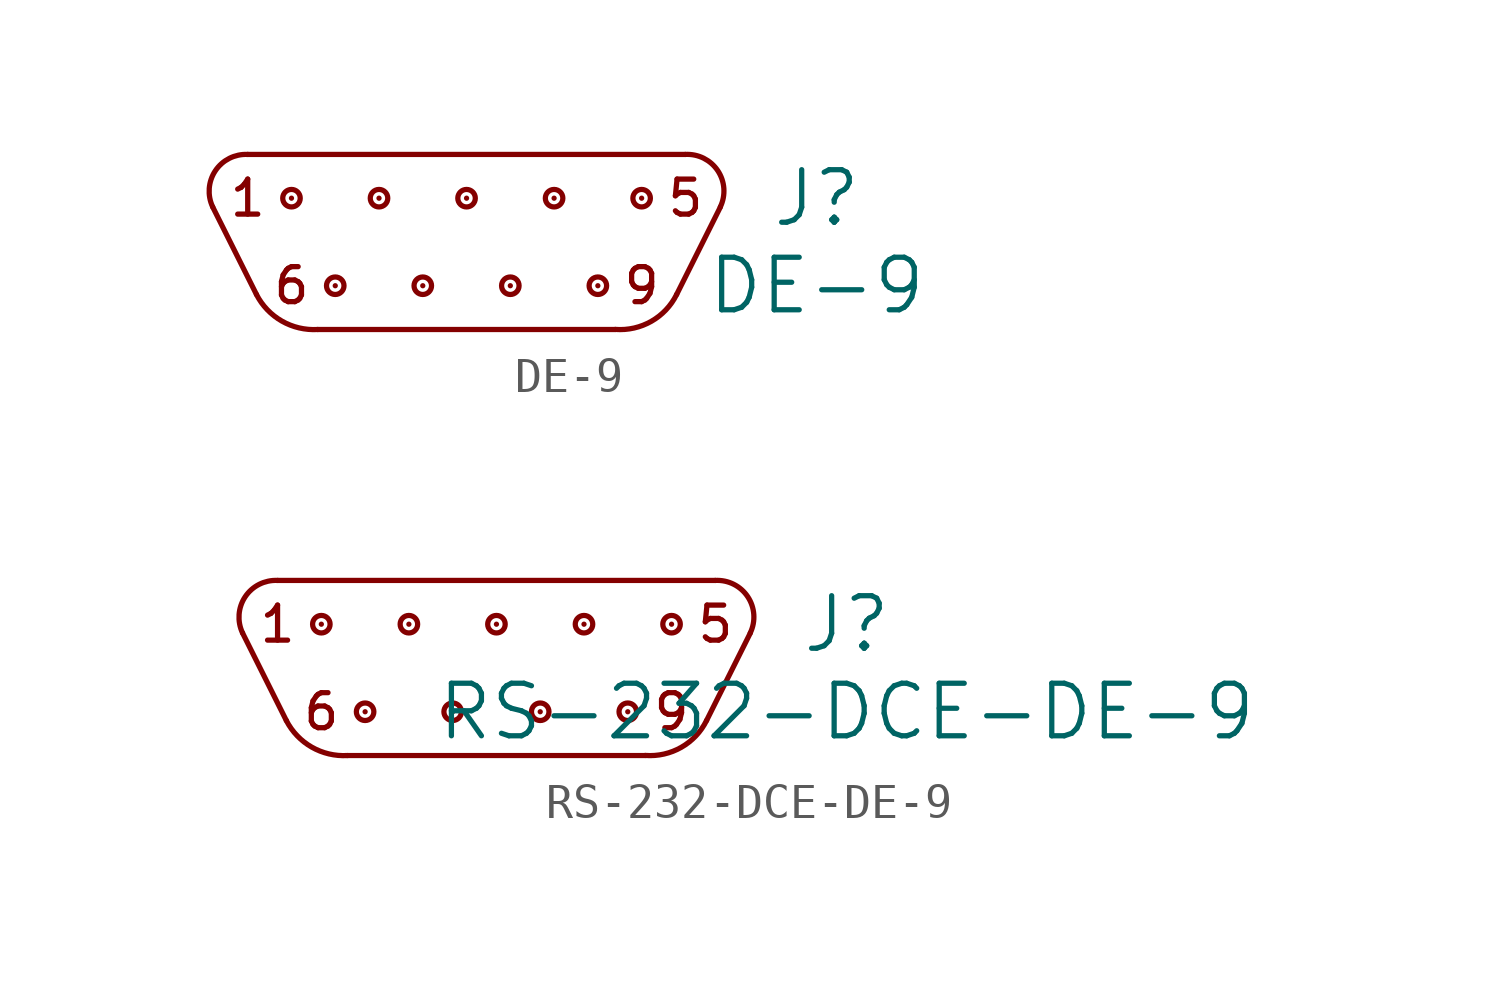
<source format=kicad_sym>
(kicad_symbol_lib
  (version 20211014)
  (generator kicad_symbol_editor)
  (symbol "DE-9"
    (pin_numbers hide)
    (pin_names
      (offset 1.016) hide)
    (property "Reference" "J"
      (at 10.16 1.27 0)
      (effects (font (size 1.524 1.524))))
    (property "Value" "DE-9"
      (at 10.16 -1.27 0)
      (effects (font (size 1.524 1.524))))
    (symbol "DE-9_0_0"
      (arc (start -6.35 2.54) (mid -7.2894 2.0656) (end -7.366 1.016) (stroke (width 0) (type default) (color 0 0 0 0)) (fill (type none)))
      (arc (start -6.096 -1.524) (mid -5.3591 -2.296) (end -4.318 -2.54) (stroke (width 0) (type default) (color 0 0 0 0)) (fill (type none)))
      (polyline (pts (xy -7.366 1.016) (xy -6.096 -1.524)) (stroke (width 0) (type default) (color 0 0 0 0)) (fill (type none)))
      (polyline (pts (xy -6.35 2.54) (xy 6.35 2.54)) (stroke (width 0) (type default) (color 0 0 0 0)) (fill (type none)))
      (polyline (pts (xy -4.318 -2.54) (xy 4.318 -2.54)) (stroke (width 0) (type default) (color 0 0 0 0)) (fill (type none)))
      (polyline (pts (xy 7.366 1.016) (xy 6.096 -1.524)) (stroke (width 0) (type default) (color 0 0 0 0)) (fill (type none)))
      (arc (start 4.318 -2.54) (mid 5.3625 -2.3021) (end 6.096 -1.524) (stroke (width 0) (type default) (color 0 0 0 0)) (fill (type none)))
      (arc (start 7.366 1.016) (mid 7.2894 2.0656) (end 6.35 2.54) (stroke (width 0) (type default) (color 0 0 0 0)) (fill (type none)))
      (text "1" (at -6.35 1.27 0) (effects (font (size 1.016 1.016))))
      (text "5" (at 6.35 1.27 0) (effects (font (size 1.016 1.016))))
      (text "6" (at -5.08 -1.27 0) (effects (font (size 1.016 1.016))))
      (text "9" (at 5.08 -1.27 0) (effects (font (size 1.016 1.016)))))
    (symbol "DE-9_0_1"
      (circle (center -5.08 1.27) (radius 0.254) (stroke (width 0) (type default) (color 0 0 0 0)) (fill (type none)))
      (circle (center -3.81 -1.27) (radius 0.254) (stroke (width 0) (type default) (color 0 0 0 0)) (fill (type none)))
      (circle (center -2.54 1.27) (radius 0.254) (stroke (width 0) (type default) (color 0 0 0 0)) (fill (type none)))
      (circle (center -1.27 -1.27) (radius 0.254) (stroke (width 0) (type default) (color 0 0 0 0)) (fill (type none)))
      (circle (center 0 1.27) (radius 0.254) (stroke (width 0) (type default) (color 0 0 0 0)) (fill (type none)))
      (circle (center 1.27 -1.27) (radius 0.254) (stroke (width 0) (type default) (color 0 0 0 0)) (fill (type none)))
      (circle (center 2.54 1.27) (radius 0.254) (stroke (width 0) (type default) (color 0 0 0 0)) (fill (type none)))
      (circle (center 3.81 -1.27) (radius 0.254) (stroke (width 0) (type default) (color 0 0 0 0)) (fill (type none)))
      (circle (center 5.08 1.27) (radius 0.254) (stroke (width 0) (type default) (color 0 0 0 0)) (fill (type none))))
    (symbol "DE-9_1_1"
      (pin passive line (at -5.08 1.27 90) (length 0) (name "~" (effects (font (size 1.27 1.27)))) (number "1" (effects (font (size 1.27 1.27)))))
      (pin passive line (at -2.54 1.27 90) (length 0) (name "~" (effects (font (size 1.27 1.27)))) (number "2" (effects (font (size 1.27 1.27)))))
      (pin passive line (at 0 1.27 90) (length 0) (name "~" (effects (font (size 1.27 1.27)))) (number "3" (effects (font (size 1.27 1.27)))))
      (pin passive line (at 2.54 1.27 90) (length 0) (name "~" (effects (font (size 1.27 1.27)))) (number "4" (effects (font (size 1.27 1.27)))))
      (pin passive line (at 5.08 1.27 90) (length 0) (name "~" (effects (font (size 1.27 1.27)))) (number "5" (effects (font (size 1.27 1.27)))))
      (pin passive line (at -3.81 -1.27 90) (length 0) (name "~" (effects (font (size 1.27 1.27)))) (number "6" (effects (font (size 1.27 1.27)))))
      (pin passive line (at -1.27 -1.27 90) (length 0) (name "~" (effects (font (size 1.27 1.27)))) (number "7" (effects (font (size 1.27 1.27)))))
      (pin passive line (at 1.27 -1.27 90) (length 0) (name "~" (effects (font (size 1.27 1.27)))) (number "8" (effects (font (size 1.27 1.27)))))
      (pin passive line (at 3.81 -1.27 90) (length 0) (name "~" (effects (font (size 1.27 1.27)))) (number "9" (effects (font (size 1.27 1.27)))))))
  (symbol "RS-232-DCE-DE-9"
    (pin_numbers hide)
    (pin_names
      (offset 1.016) hide)
    (property "Reference" "J"
      (at 10.16 1.27 0)
      (effects (font (size 1.524 1.524))))
    (property "Value" "RS-232-DCE-DE-9"
      (at 10.16 -1.27 0)
      (effects (font (size 1.524 1.524))))
    (symbol "RS-232-DCE-DE-9_0_0"
      (arc (start -6.35 2.54) (mid -7.2894 2.0656) (end -7.366 1.016) (stroke (width 0) (type default) (color 0 0 0 0)) (fill (type none)))
      (arc (start -6.096 -1.524) (mid -5.3591 -2.296) (end -4.318 -2.54) (stroke (width 0) (type default) (color 0 0 0 0)) (fill (type none)))
      (polyline (pts (xy -7.366 1.016) (xy -6.096 -1.524)) (stroke (width 0) (type default) (color 0 0 0 0)) (fill (type none)))
      (polyline (pts (xy -6.35 2.54) (xy 6.35 2.54)) (stroke (width 0) (type default) (color 0 0 0 0)) (fill (type none)))
      (polyline (pts (xy -4.318 -2.54) (xy 4.318 -2.54)) (stroke (width 0) (type default) (color 0 0 0 0)) (fill (type none)))
      (polyline (pts (xy 7.366 1.016) (xy 6.096 -1.524)) (stroke (width 0) (type default) (color 0 0 0 0)) (fill (type none)))
      (arc (start 4.318 -2.54) (mid 5.3625 -2.3021) (end 6.096 -1.524) (stroke (width 0) (type default) (color 0 0 0 0)) (fill (type none)))
      (arc (start 7.366 1.016) (mid 7.2894 2.0656) (end 6.35 2.54) (stroke (width 0) (type default) (color 0 0 0 0)) (fill (type none)))
      (text "1" (at -6.35 1.27 0) (effects (font (size 1.016 1.016))))
      (text "5" (at 6.35 1.27 0) (effects (font (size 1.016 1.016))))
      (text "6" (at -5.08 -1.27 0) (effects (font (size 1.016 1.016))))
      (text "9" (at 5.08 -1.27 0) (effects (font (size 1.016 1.016)))))
    (symbol "RS-232-DCE-DE-9_0_1"
      (circle (center -5.08 1.27) (radius 0.254) (stroke (width 0) (type default) (color 0 0 0 0)) (fill (type none)))
      (circle (center -3.81 -1.27) (radius 0.254) (stroke (width 0) (type default) (color 0 0 0 0)) (fill (type none)))
      (circle (center -2.54 1.27) (radius 0.254) (stroke (width 0) (type default) (color 0 0 0 0)) (fill (type none)))
      (circle (center -1.27 -1.27) (radius 0.254) (stroke (width 0) (type default) (color 0 0 0 0)) (fill (type none)))
      (circle (center 0 1.27) (radius 0.254) (stroke (width 0) (type default) (color 0 0 0 0)) (fill (type none)))
      (circle (center 1.27 -1.27) (radius 0.254) (stroke (width 0) (type default) (color 0 0 0 0)) (fill (type none)))
      (circle (center 2.54 1.27) (radius 0.254) (stroke (width 0) (type default) (color 0 0 0 0)) (fill (type none)))
      (circle (center 3.81 -1.27) (radius 0.254) (stroke (width 0) (type default) (color 0 0 0 0)) (fill (type none)))
      (circle (center 5.08 1.27) (radius 0.254) (stroke (width 0) (type default) (color 0 0 0 0)) (fill (type none))))
    (symbol "RS-232-DCE-DE-9_1_1"
      (pin input line (at -5.08 1.27 90) (length 0) (name "~" (effects (font (size 1.27 1.27)))) (number "1" (effects (font (size 1.27 1.27)))))
      (pin input line (at -2.54 1.27 90) (length 0) (name "~" (effects (font (size 1.27 1.27)))) (number "2" (effects (font (size 1.27 1.27)))))
      (pin output line (at 0 1.27 90) (length 0) (name "~" (effects (font (size 1.27 1.27)))) (number "3" (effects (font (size 1.27 1.27)))))
      (pin output line (at 2.54 1.27 90) (length 0) (name "~" (effects (font (size 1.27 1.27)))) (number "4" (effects (font (size 1.27 1.27)))))
      (pin power_in line (at 5.08 1.27 90) (length 0) (name "~" (effects (font (size 1.27 1.27)))) (number "5" (effects (font (size 1.27 1.27)))))
      (pin input line (at -3.81 -1.27 90) (length 0) (name "~" (effects (font (size 1.27 1.27)))) (number "6" (effects (font (size 1.27 1.27)))))
      (pin output line (at -1.27 -1.27 90) (length 0) (name "~" (effects (font (size 1.27 1.27)))) (number "7" (effects (font (size 1.27 1.27)))))
      (pin input line (at 1.27 -1.27 90) (length 0) (name "~" (effects (font (size 1.27 1.27)))) (number "8" (effects (font (size 1.27 1.27)))))
      (pin input line (at 3.81 -1.27 90) (length 0) (name "~" (effects (font (size 1.27 1.27)))) (number "9" (effects (font (size 1.27 1.27))))))))
</source>
